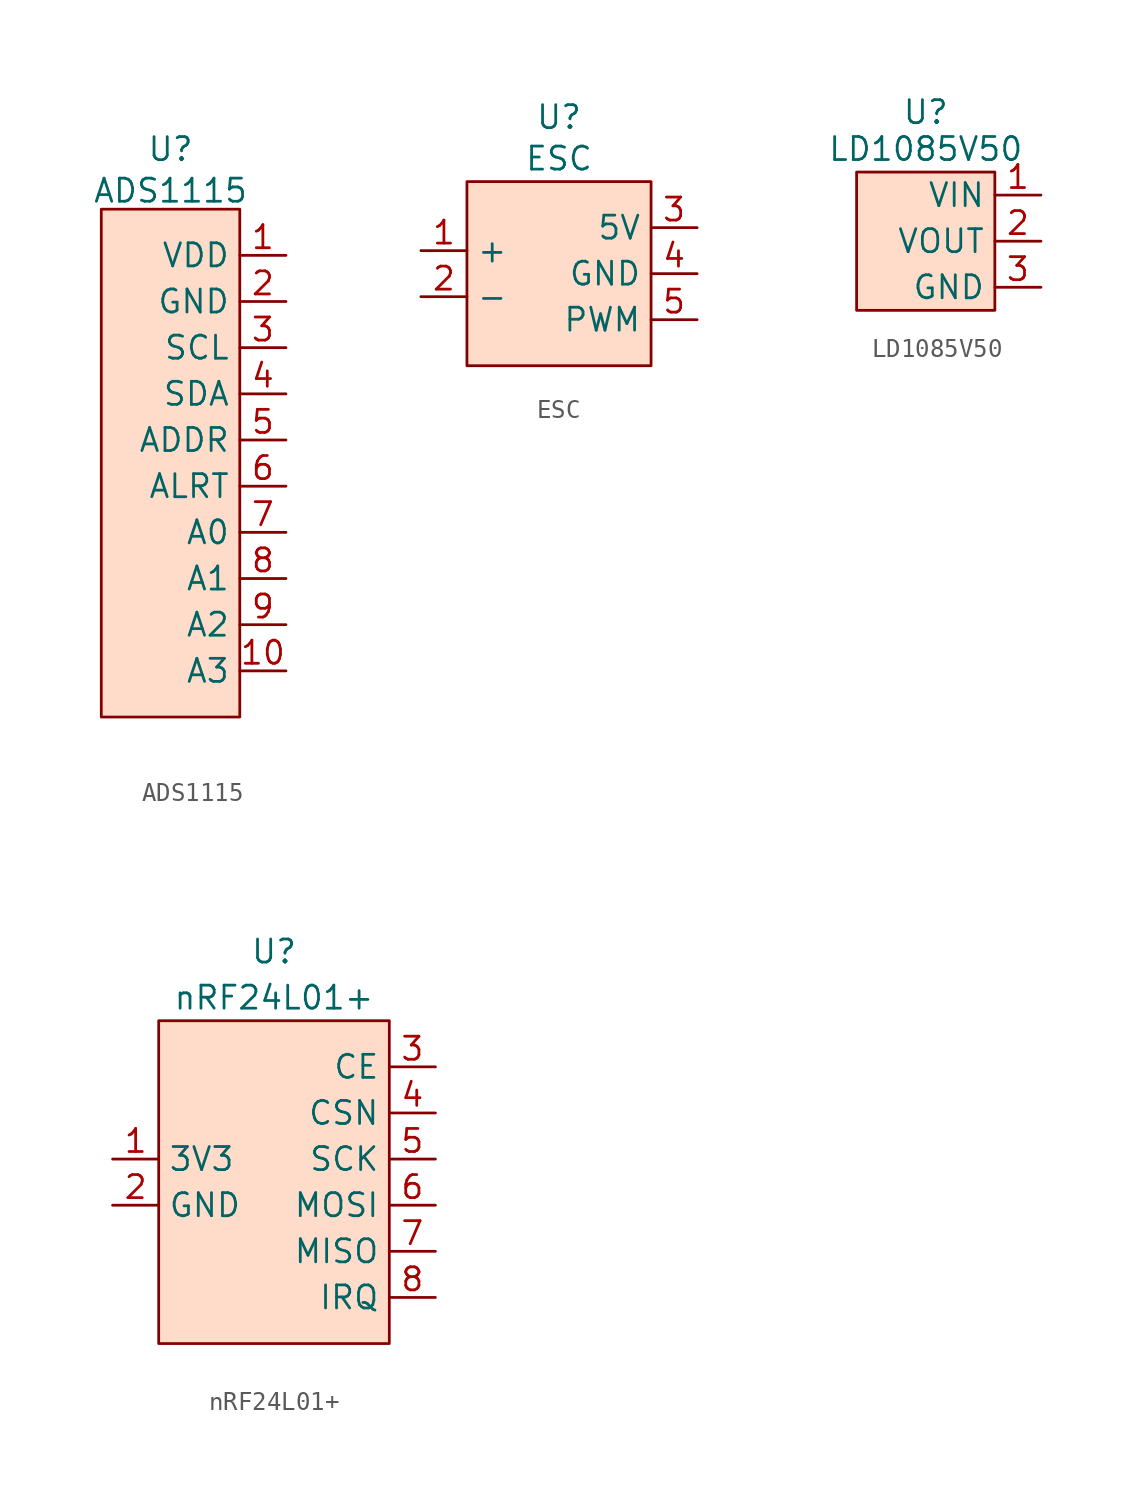
<source format=kicad_sym>
(kicad_symbol_lib
  (version 20241209)
  (generator "kicad_symbol_editor")
  (generator_version "9.0")
  (symbol "ADS1115"
    (property "Reference" "U"
      (at 0 16.002 0)
      (effects (font (size 1.27 1.27))))
    (property "Value" "ADS1115"
      (at 0 13.716 0)
      (effects (font (size 1.27 1.27))))
    (symbol "ADS1115_1_1"
      (rectangle (start -3.81 12.7) (end 3.81 -15.24) (stroke (width 0) (type solid)) (fill (type color) (color 255 185 150 0.502)))
      (pin power_in line (at 6.35 10.16 180) (length 2.54) (name "VDD" (effects (font (size 1.27 1.27)))) (number "1" (effects (font (size 1.27 1.27)))))
      (pin power_in line (at 6.35 7.62 180) (length 2.54) (name "GND" (effects (font (size 1.27 1.27)))) (number "2" (effects (font (size 1.27 1.27)))))
      (pin input line (at 6.35 5.08 180) (length 2.54) (name "SCL" (effects (font (size 1.27 1.27)))) (number "3" (effects (font (size 1.27 1.27)))))
      (pin bidirectional line (at 6.35 2.54 180) (length 2.54) (name "SDA" (effects (font (size 1.27 1.27)))) (number "4" (effects (font (size 1.27 1.27)))))
      (pin input line (at 6.35 0 180) (length 2.54) (name "ADDR" (effects (font (size 1.27 1.27)))) (number "5" (effects (font (size 1.27 1.27)))))
      (pin output line (at 6.35 -2.54 180) (length 2.54) (name "ALRT" (effects (font (size 1.27 1.27)))) (number "6" (effects (font (size 1.27 1.27)))))
      (pin input line (at 6.35 -5.08 180) (length 2.54) (name "A0" (effects (font (size 1.27 1.27)))) (number "7" (effects (font (size 1.27 1.27)))))
      (pin input line (at 6.35 -7.62 180) (length 2.54) (name "A1" (effects (font (size 1.27 1.27)))) (number "8" (effects (font (size 1.27 1.27)))))
      (pin input line (at 6.35 -10.16 180) (length 2.54) (name "A2" (effects (font (size 1.27 1.27)))) (number "9" (effects (font (size 1.27 1.27)))))
      (pin input line (at 6.35 -12.7 180) (length 2.54) (name "A3" (effects (font (size 1.27 1.27)))) (number "10" (effects (font (size 1.27 1.27)))))))
  (symbol "ESC"
    (property "Reference" "U"
      (at 0 8.636 0)
      (effects (font (size 1.27 1.27))))
    (property "Value" "ESC"
      (at 0 6.35 0)
      (effects (font (size 1.27 1.27))))
    (symbol "ESC_0_1"
      (rectangle (start -5.08 5.08) (end 5.08 -5.08) (stroke (width 0) (type default)) (fill (type color) (color 255 185 150 0.502))))
    (symbol "ESC_1_1"
      (pin input line (at -7.62 1.27 0) (length 2.54) (name "+" (effects (font (size 1.27 1.27)))) (number "1" (effects (font (size 1.27 1.27)))))
      (pin input line (at -7.62 -1.27 0) (length 2.54) (name "-" (effects (font (size 1.27 1.27)))) (number "2" (effects (font (size 1.27 1.27)))))
      (pin output line (at 7.62 2.54 180) (length 2.54) (name "5V" (effects (font (size 1.27 1.27)))) (number "3" (effects (font (size 1.27 1.27)))))
      (pin output line (at 7.62 0 180) (length 2.54) (name "GND" (effects (font (size 1.27 1.27)))) (number "4" (effects (font (size 1.27 1.27)))))
      (pin input line (at 7.62 -2.54 180) (length 2.54) (name "PWM" (effects (font (size 1.27 1.27)))) (number "5" (effects (font (size 1.27 1.27)))))))
  (symbol "LD1085V50"
    (property "Reference" "U"
      (at 0 7.112 0)
      (effects (font (size 1.27 1.27))))
    (property "Value" "LD1085V50"
      (at 0 5.08 0)
      (effects (font (size 1.27 1.27))))
    (symbol "LD1085V50_0_1"
      (rectangle (start -3.81 3.81) (end 3.81 -3.81) (stroke (width 0) (type default)) (fill (type color) (color 255 185 150 0.502))))
    (symbol "LD1085V50_1_1"
      (pin input line (at 6.35 2.54 180) (length 2.54) (name "VIN" (effects (font (size 1.27 1.27)))) (number "1" (effects (font (size 1.27 1.27)))))
      (pin output line (at 6.35 0 180) (length 2.54) (name "VOUT" (effects (font (size 1.27 1.27)))) (number "2" (effects (font (size 1.27 1.27)))))
      (pin input line (at 6.35 -2.54 180) (length 2.54) (name "GND" (effects (font (size 1.27 1.27)))) (number "3" (effects (font (size 1.27 1.27)))))))
  (symbol "nRF24L01+"
    (property "Reference" "U"
      (at 0 12.7 0)
      (effects (font (size 1.27 1.27))))
    (property "Value" "nRF24L01+"
      (at 0 10.16 0)
      (effects (font (size 1.27 1.27))))
    (symbol "nRF24L01+_0_1"
      (rectangle (start -6.35 8.89) (end 6.35 -8.89) (stroke (width 0) (type default)) (fill (type color) (color 255 185 150 0.502))))
    (symbol "nRF24L01+_1_1"
      (pin power_in line (at -8.89 1.27 0) (length 2.54) (name "3V3" (effects (font (size 1.27 1.27)))) (number "1" (effects (font (size 1.27 1.27)))))
      (pin power_in line (at -8.89 -1.27 0) (length 2.54) (name "GND" (effects (font (size 1.27 1.27)))) (number "2" (effects (font (size 1.27 1.27)))))
      (pin input line (at 8.89 6.35 180) (length 2.54) (name "CE" (effects (font (size 1.27 1.27)))) (number "3" (effects (font (size 1.27 1.27)))))
      (pin input line (at 8.89 3.81 180) (length 2.54) (name "CSN" (effects (font (size 1.27 1.27)))) (number "4" (effects (font (size 1.27 1.27)))))
      (pin input line (at 8.89 1.27 180) (length 2.54) (name "SCK" (effects (font (size 1.27 1.27)))) (number "5" (effects (font (size 1.27 1.27)))))
      (pin input line (at 8.89 -1.27 180) (length 2.54) (name "MOSI" (effects (font (size 1.27 1.27)))) (number "6" (effects (font (size 1.27 1.27)))))
      (pin input line (at 8.89 -3.81 180) (length 2.54) (name "MISO" (effects (font (size 1.27 1.27)))) (number "7" (effects (font (size 1.27 1.27)))))
      (pin output line (at 8.89 -6.35 180) (length 2.54) (name "IRQ" (effects (font (size 1.27 1.27)))) (number "8" (effects (font (size 1.27 1.27))))))))
</source>
